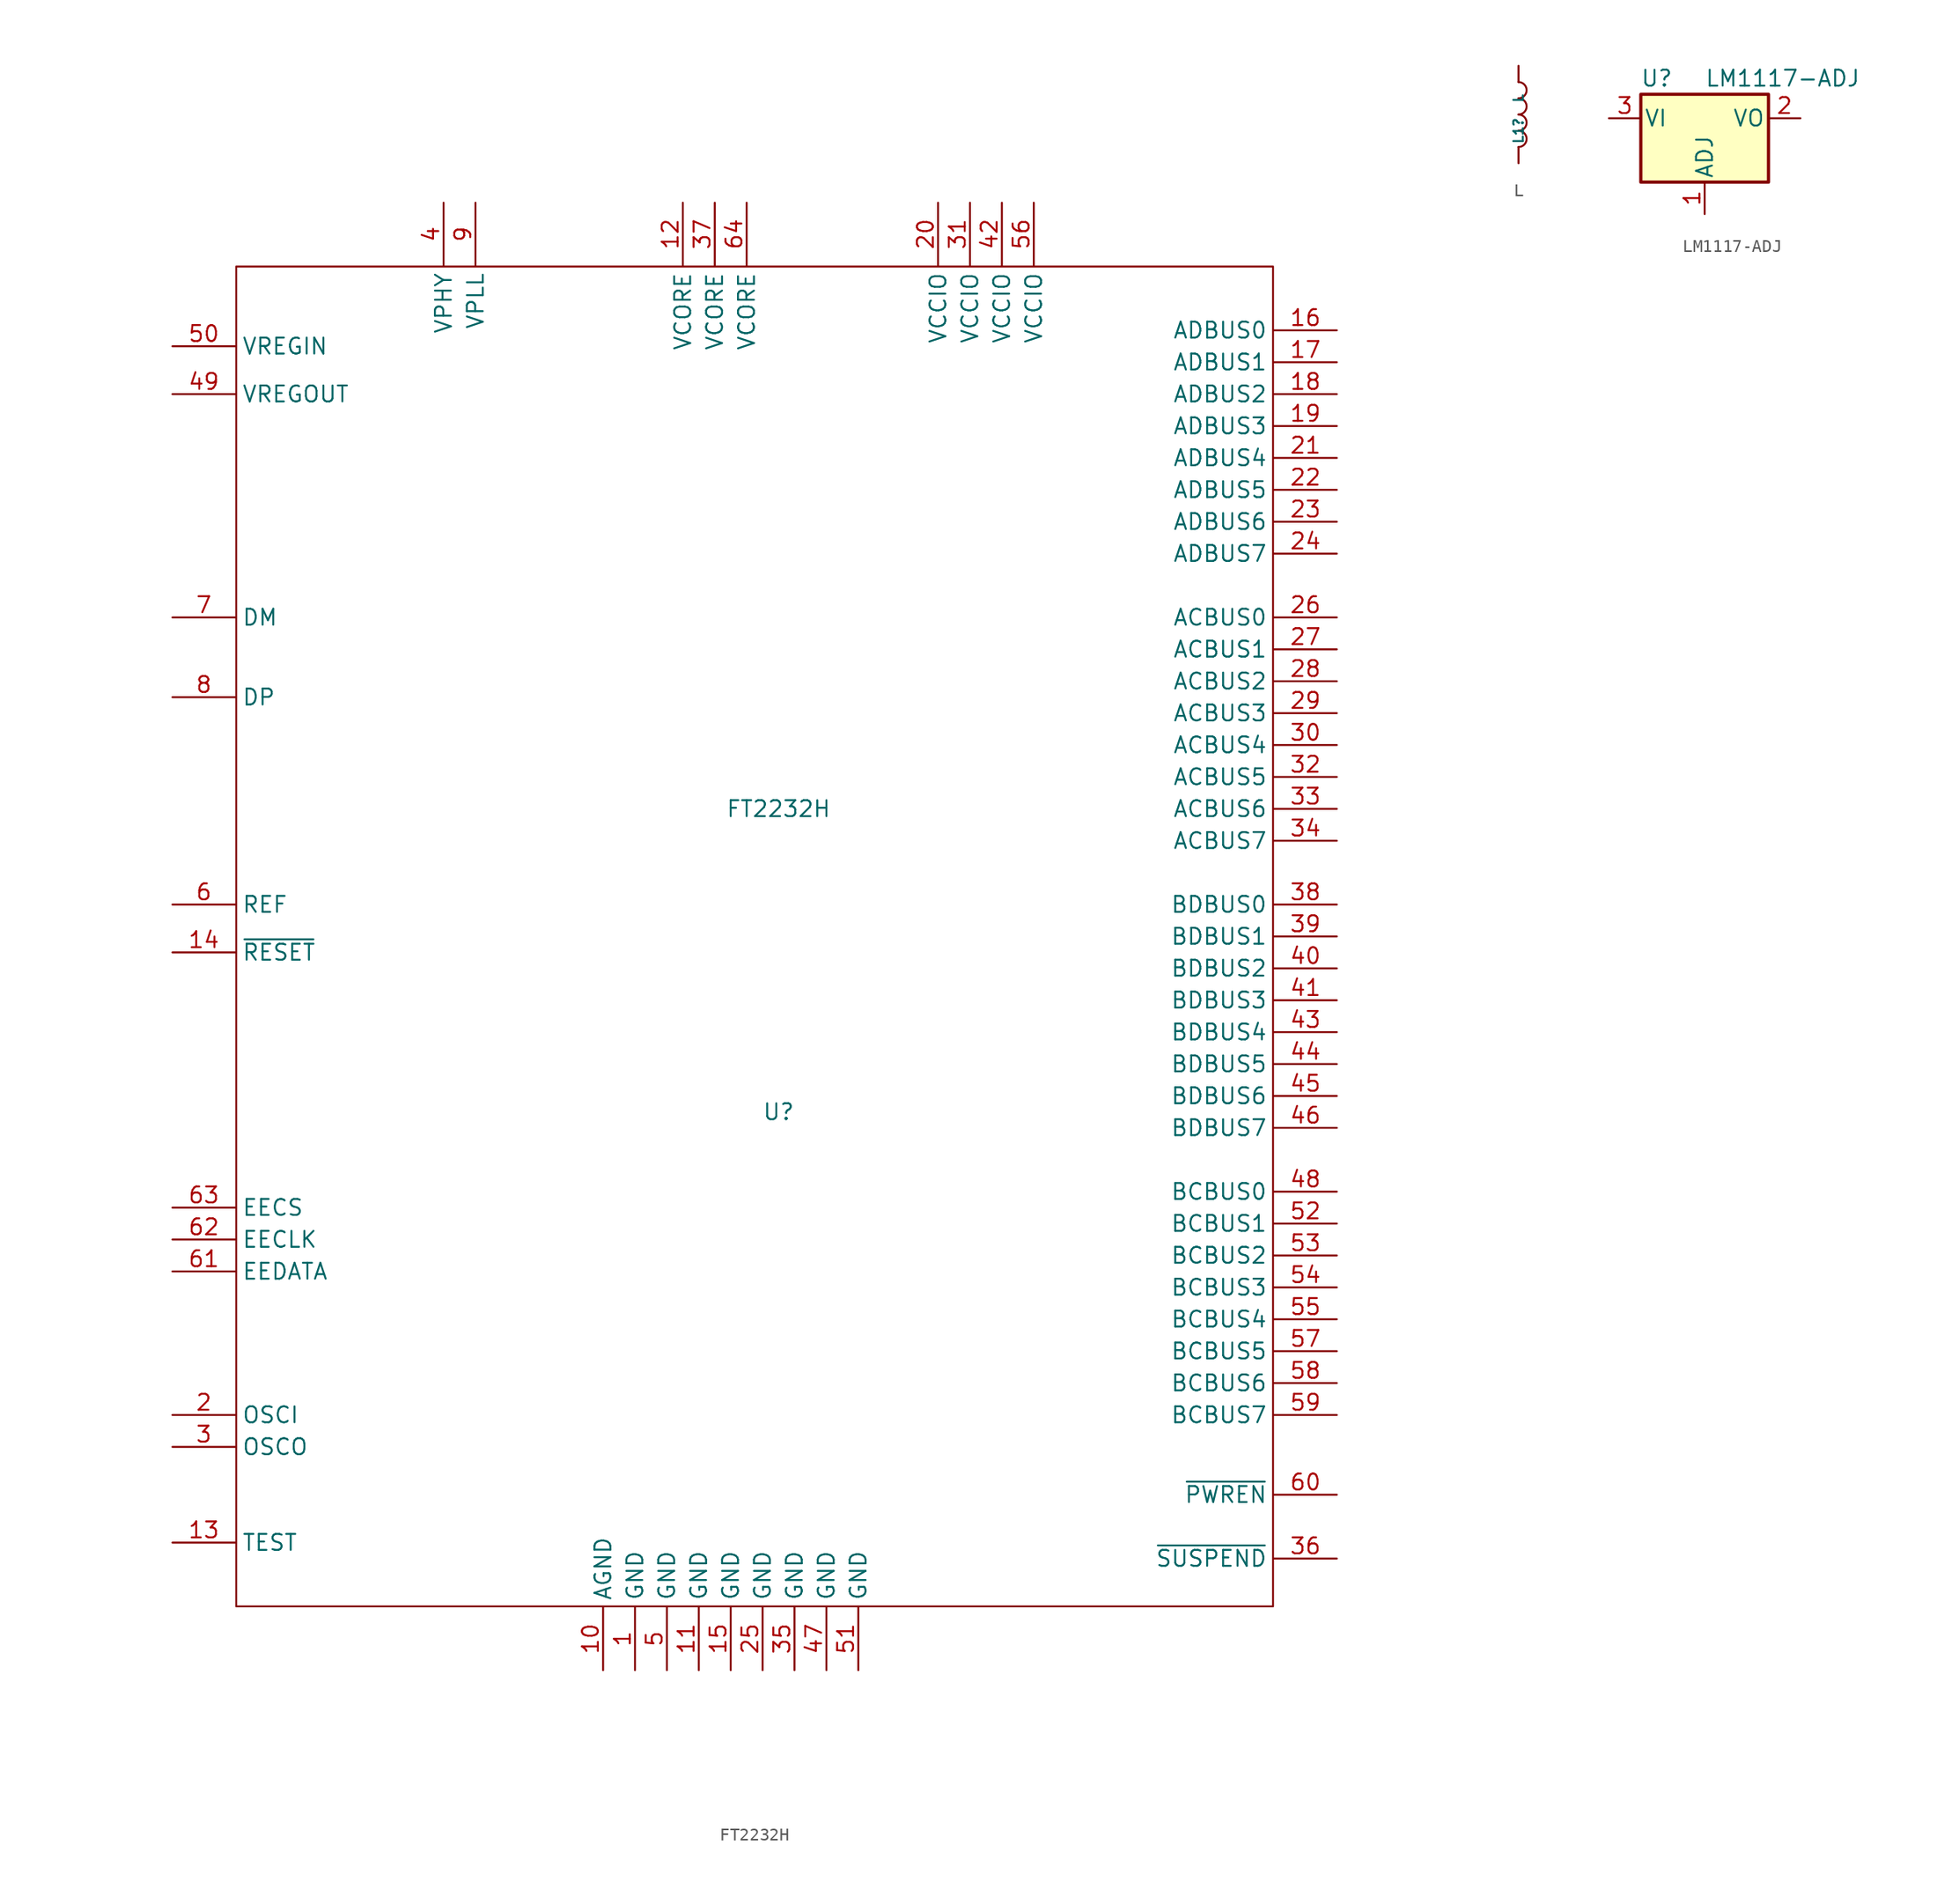
<source format=kicad_sym>
(kicad_symbol_lib
  (version 20211014)
  (generator kicad_symbol_editor)
  (symbol "FT2232H"
    (property "Reference" "U"
      (at 0 -10.16 0)
      (effects (font (size 1.27 1.27))))
    (property "Value" "FT2232H"
      (at 0 13.97 0)
      (effects (font (size 1.27 1.27))))
    (symbol "FT2232H_0_1"
      (rectangle (start 39.37 57.15) (end -43.18 -49.53) (stroke (width 0) (type default) (color 0 0 0 0)) (fill (type none))))
    (symbol "FT2232H_1_1"
      (pin passive line (at -11.43 -54.61 90) (length 5) (name "GND" (effects (font (size 1.27 1.27)))) (number "1" (effects (font (size 1.27 1.27)))))
      (pin passive line (at -13.97 -54.61 90) (length 5) (name "AGND" (effects (font (size 1.27 1.27)))) (number "10" (effects (font (size 1.27 1.27)))))
      (pin passive line (at -6.35 -54.61 90) (length 5) (name "GND" (effects (font (size 1.27 1.27)))) (number "11" (effects (font (size 1.27 1.27)))))
      (pin passive line (at -7.62 62.23 270) (length 5) (name "VCORE" (effects (font (size 1.27 1.27)))) (number "12" (effects (font (size 1.27 1.27)))))
      (pin passive line (at -48.26 -44.45 0) (length 5) (name "TEST" (effects (font (size 1.27 1.27)))) (number "13" (effects (font (size 1.27 1.27)))))
      (pin passive line (at -48.26 2.54 0) (length 5) (name "~{RESET}" (effects (font (size 1.27 1.27)))) (number "14" (effects (font (size 1.27 1.27)))))
      (pin passive line (at -3.81 -54.61 90) (length 5) (name "GND" (effects (font (size 1.27 1.27)))) (number "15" (effects (font (size 1.27 1.27)))))
      (pin passive line (at 44.45 52.07 180) (length 5) (name "ADBUS0" (effects (font (size 1.27 1.27)))) (number "16" (effects (font (size 1.27 1.27)))))
      (pin passive line (at 44.45 49.53 180) (length 5) (name "ADBUS1" (effects (font (size 1.27 1.27)))) (number "17" (effects (font (size 1.27 1.27)))))
      (pin passive line (at 44.45 46.99 180) (length 5) (name "ADBUS2" (effects (font (size 1.27 1.27)))) (number "18" (effects (font (size 1.27 1.27)))))
      (pin passive line (at 44.45 44.45 180) (length 5) (name "ADBUS3" (effects (font (size 1.27 1.27)))) (number "19" (effects (font (size 1.27 1.27)))))
      (pin passive line (at -48.26 -34.29 0) (length 5) (name "OSCI" (effects (font (size 1.27 1.27)))) (number "2" (effects (font (size 1.27 1.27)))))
      (pin passive line (at 12.7 62.23 270) (length 5) (name "VCCIO" (effects (font (size 1.27 1.27)))) (number "20" (effects (font (size 1.27 1.27)))))
      (pin passive line (at 44.45 41.91 180) (length 5) (name "ADBUS4" (effects (font (size 1.27 1.27)))) (number "21" (effects (font (size 1.27 1.27)))))
      (pin passive line (at 44.45 39.37 180) (length 5) (name "ADBUS5" (effects (font (size 1.27 1.27)))) (number "22" (effects (font (size 1.27 1.27)))))
      (pin passive line (at 44.45 36.83 180) (length 5) (name "ADBUS6" (effects (font (size 1.27 1.27)))) (number "23" (effects (font (size 1.27 1.27)))))
      (pin passive line (at 44.45 34.29 180) (length 5) (name "ADBUS7" (effects (font (size 1.27 1.27)))) (number "24" (effects (font (size 1.27 1.27)))))
      (pin passive line (at -1.27 -54.61 90) (length 5) (name "GND" (effects (font (size 1.27 1.27)))) (number "25" (effects (font (size 1.27 1.27)))))
      (pin bidirectional line (at 44.45 29.21 180) (length 5) (name "ACBUS0" (effects (font (size 1.27 1.27)))) (number "26" (effects (font (size 1.27 1.27)))))
      (pin bidirectional line (at 44.45 26.67 180) (length 5) (name "ACBUS1" (effects (font (size 1.27 1.27)))) (number "27" (effects (font (size 1.27 1.27)))))
      (pin bidirectional line (at 44.45 24.13 180) (length 5) (name "ACBUS2" (effects (font (size 1.27 1.27)))) (number "28" (effects (font (size 1.27 1.27)))))
      (pin bidirectional line (at 44.45 21.59 180) (length 5) (name "ACBUS3" (effects (font (size 1.27 1.27)))) (number "29" (effects (font (size 1.27 1.27)))))
      (pin passive line (at -48.26 -36.83 0) (length 5) (name "OSCO" (effects (font (size 1.27 1.27)))) (number "3" (effects (font (size 1.27 1.27)))))
      (pin bidirectional line (at 44.45 19.05 180) (length 5) (name "ACBUS4" (effects (font (size 1.27 1.27)))) (number "30" (effects (font (size 1.27 1.27)))))
      (pin passive line (at 15.24 62.23 270) (length 5) (name "VCCIO" (effects (font (size 1.27 1.27)))) (number "31" (effects (font (size 1.27 1.27)))))
      (pin bidirectional line (at 44.45 16.51 180) (length 5) (name "ACBUS5" (effects (font (size 1.27 1.27)))) (number "32" (effects (font (size 1.27 1.27)))))
      (pin bidirectional line (at 44.45 13.97 180) (length 5) (name "ACBUS6" (effects (font (size 1.27 1.27)))) (number "33" (effects (font (size 1.27 1.27)))))
      (pin bidirectional line (at 44.45 11.43 180) (length 5) (name "ACBUS7" (effects (font (size 1.27 1.27)))) (number "34" (effects (font (size 1.27 1.27)))))
      (pin passive line (at 1.27 -54.61 90) (length 5) (name "GND" (effects (font (size 1.27 1.27)))) (number "35" (effects (font (size 1.27 1.27)))))
      (pin passive line (at 44.45 -45.72 180) (length 5) (name "~{SUSPEND}" (effects (font (size 1.27 1.27)))) (number "36" (effects (font (size 1.27 1.27)))))
      (pin passive line (at -5.08 62.23 270) (length 5) (name "VCORE" (effects (font (size 1.27 1.27)))) (number "37" (effects (font (size 1.27 1.27)))))
      (pin bidirectional line (at 44.45 6.35 180) (length 5) (name "BDBUS0" (effects (font (size 1.27 1.27)))) (number "38" (effects (font (size 1.27 1.27)))))
      (pin bidirectional line (at 44.45 3.81 180) (length 5) (name "BDBUS1" (effects (font (size 1.27 1.27)))) (number "39" (effects (font (size 1.27 1.27)))))
      (pin passive line (at -26.67 62.23 270) (length 5) (name "VPHY" (effects (font (size 1.27 1.27)))) (number "4" (effects (font (size 1.27 1.27)))))
      (pin bidirectional line (at 44.45 1.27 180) (length 5) (name "BDBUS2" (effects (font (size 1.27 1.27)))) (number "40" (effects (font (size 1.27 1.27)))))
      (pin bidirectional line (at 44.45 -1.27 180) (length 5) (name "BDBUS3" (effects (font (size 1.27 1.27)))) (number "41" (effects (font (size 1.27 1.27)))))
      (pin passive line (at 17.78 62.23 270) (length 5) (name "VCCIO" (effects (font (size 1.27 1.27)))) (number "42" (effects (font (size 1.27 1.27)))))
      (pin bidirectional line (at 44.45 -3.81 180) (length 5) (name "BDBUS4" (effects (font (size 1.27 1.27)))) (number "43" (effects (font (size 1.27 1.27)))))
      (pin bidirectional line (at 44.45 -6.35 180) (length 5) (name "BDBUS5" (effects (font (size 1.27 1.27)))) (number "44" (effects (font (size 1.27 1.27)))))
      (pin bidirectional line (at 44.45 -8.89 180) (length 5) (name "BDBUS6" (effects (font (size 1.27 1.27)))) (number "45" (effects (font (size 1.27 1.27)))))
      (pin bidirectional line (at 44.45 -11.43 180) (length 5) (name "BDBUS7" (effects (font (size 1.27 1.27)))) (number "46" (effects (font (size 1.27 1.27)))))
      (pin passive line (at 3.81 -54.61 90) (length 5) (name "GND" (effects (font (size 1.27 1.27)))) (number "47" (effects (font (size 1.27 1.27)))))
      (pin bidirectional line (at 44.45 -16.51 180) (length 5) (name "BCBUS0" (effects (font (size 1.27 1.27)))) (number "48" (effects (font (size 1.27 1.27)))))
      (pin passive line (at -48.26 46.99 0) (length 5) (name "VREGOUT" (effects (font (size 1.27 1.27)))) (number "49" (effects (font (size 1.27 1.27)))))
      (pin passive line (at -8.89 -54.61 90) (length 5) (name "GND" (effects (font (size 1.27 1.27)))) (number "5" (effects (font (size 1.27 1.27)))))
      (pin passive line (at -48.26 50.8 0) (length 5) (name "VREGIN" (effects (font (size 1.27 1.27)))) (number "50" (effects (font (size 1.27 1.27)))))
      (pin passive line (at 6.35 -54.61 90) (length 5) (name "GND" (effects (font (size 1.27 1.27)))) (number "51" (effects (font (size 1.27 1.27)))))
      (pin bidirectional line (at 44.45 -19.05 180) (length 5) (name "BCBUS1" (effects (font (size 1.27 1.27)))) (number "52" (effects (font (size 1.27 1.27)))))
      (pin bidirectional line (at 44.45 -21.59 180) (length 5) (name "BCBUS2" (effects (font (size 1.27 1.27)))) (number "53" (effects (font (size 1.27 1.27)))))
      (pin bidirectional line (at 44.45 -24.13 180) (length 5) (name "BCBUS3" (effects (font (size 1.27 1.27)))) (number "54" (effects (font (size 1.27 1.27)))))
      (pin bidirectional line (at 44.45 -26.67 180) (length 5) (name "BCBUS4" (effects (font (size 1.27 1.27)))) (number "55" (effects (font (size 1.27 1.27)))))
      (pin passive line (at 20.32 62.23 270) (length 5) (name "VCCIO" (effects (font (size 1.27 1.27)))) (number "56" (effects (font (size 1.27 1.27)))))
      (pin passive line (at 44.45 -29.21 180) (length 5) (name "BCBUS5" (effects (font (size 1.27 1.27)))) (number "57" (effects (font (size 1.27 1.27)))))
      (pin passive line (at 44.45 -31.75 180) (length 5) (name "BCBUS6" (effects (font (size 1.27 1.27)))) (number "58" (effects (font (size 1.27 1.27)))))
      (pin passive line (at 44.45 -34.29 180) (length 5) (name "BCBUS7" (effects (font (size 1.27 1.27)))) (number "59" (effects (font (size 1.27 1.27)))))
      (pin passive line (at -48.26 6.35 0) (length 5) (name "REF" (effects (font (size 1.27 1.27)))) (number "6" (effects (font (size 1.27 1.27)))))
      (pin passive line (at 44.45 -40.64 180) (length 5) (name "~{PWREN}" (effects (font (size 1.27 1.27)))) (number "60" (effects (font (size 1.27 1.27)))))
      (pin passive line (at -48.26 -22.86 0) (length 5) (name "EEDATA" (effects (font (size 1.27 1.27)))) (number "61" (effects (font (size 1.27 1.27)))))
      (pin passive line (at -48.26 -20.32 0) (length 5) (name "EECLK" (effects (font (size 1.27 1.27)))) (number "62" (effects (font (size 1.27 1.27)))))
      (pin passive line (at -48.26 -17.78 0) (length 5) (name "EECS" (effects (font (size 1.27 1.27)))) (number "63" (effects (font (size 1.27 1.27)))))
      (pin passive line (at -2.54 62.23 270) (length 5) (name "VCORE" (effects (font (size 1.27 1.27)))) (number "64" (effects (font (size 1.27 1.27)))))
      (pin passive line (at -48.26 29.21 0) (length 5) (name "DM" (effects (font (size 1.27 1.27)))) (number "7" (effects (font (size 1.27 1.27)))))
      (pin passive line (at -48.26 22.86 0) (length 5) (name "DP" (effects (font (size 1.27 1.27)))) (number "8" (effects (font (size 1.27 1.27)))))
      (pin passive line (at -24.13 62.23 270) (length 5) (name "VPLL" (effects (font (size 1.27 1.27)))) (number "9" (effects (font (size 1.27 1.27)))))))
  (symbol "L"
    (pin_numbers hide)
    (pin_names
      (offset 1.016) hide)
    (property "Reference" "L1"
      (at 0 -1.27 90)
      (effects (font (size 0.75 0.75))))
    (property "Value" "L"
      (at 0 1.27 90)
      (effects (font (size 0.75 0.75))))
    (symbol "L_0_1"
      (arc (start 0 -2.54) (mid 0.635 -1.905) (end 0 -1.27) (stroke (width 0) (type default) (color 0 0 0 0)) (fill (type none)))
      (arc (start 0 -1.27) (mid 0.635 -0.635) (end 0 0) (stroke (width 0) (type default) (color 0 0 0 0)) (fill (type none)))
      (arc (start 0 0) (mid 0.635 0.635) (end 0 1.27) (stroke (width 0) (type default) (color 0 0 0 0)) (fill (type none)))
      (arc (start 0 1.27) (mid 0.635 1.905) (end 0 2.54) (stroke (width 0) (type default) (color 0 0 0 0)) (fill (type none))))
    (symbol "L_1_1"
      (pin passive line (at 0 3.81 270) (length 1.27) (name "1" (effects (font (size 1.27 1.27)))) (number "1" (effects (font (size 1.27 1.27)))))
      (pin passive line (at 0 -3.81 90) (length 1.27) (name "2" (effects (font (size 1.27 1.27)))) (number "2" (effects (font (size 1.27 1.27)))))))
  (symbol "LM1117-ADJ"
    (pin_names
      (offset 0.254))
    (property "Reference" "U"
      (at -3.81 3.175 0)
      (effects (font (size 1.27 1.27))))
    (property "Value" "LM1117-ADJ"
      (at 0 3.175 0)
      (effects (font (size 1.27 1.27)) (justify left)))
    (symbol "LM1117-ADJ_0_1"
      (rectangle (start -5.08 -5.08) (end 5.08 1.905) (stroke (width 0.254) (type default) (color 0 0 0 0)) (fill (type background))))
    (symbol "LM1117-ADJ_1_1"
      (pin input line (at 0 -7.62 90) (length 2.54) (name "ADJ" (effects (font (size 1.27 1.27)))) (number "1" (effects (font (size 1.27 1.27)))))
      (pin passive line (at 7.62 0 180) (length 2.54) (name "VO" (effects (font (size 1.27 1.27)))) (number "2" (effects (font (size 1.27 1.27)))))
      (pin passive line (at -7.62 0 0) (length 2.54) (name "VI" (effects (font (size 1.27 1.27)))) (number "3" (effects (font (size 1.27 1.27))))))))
</source>
